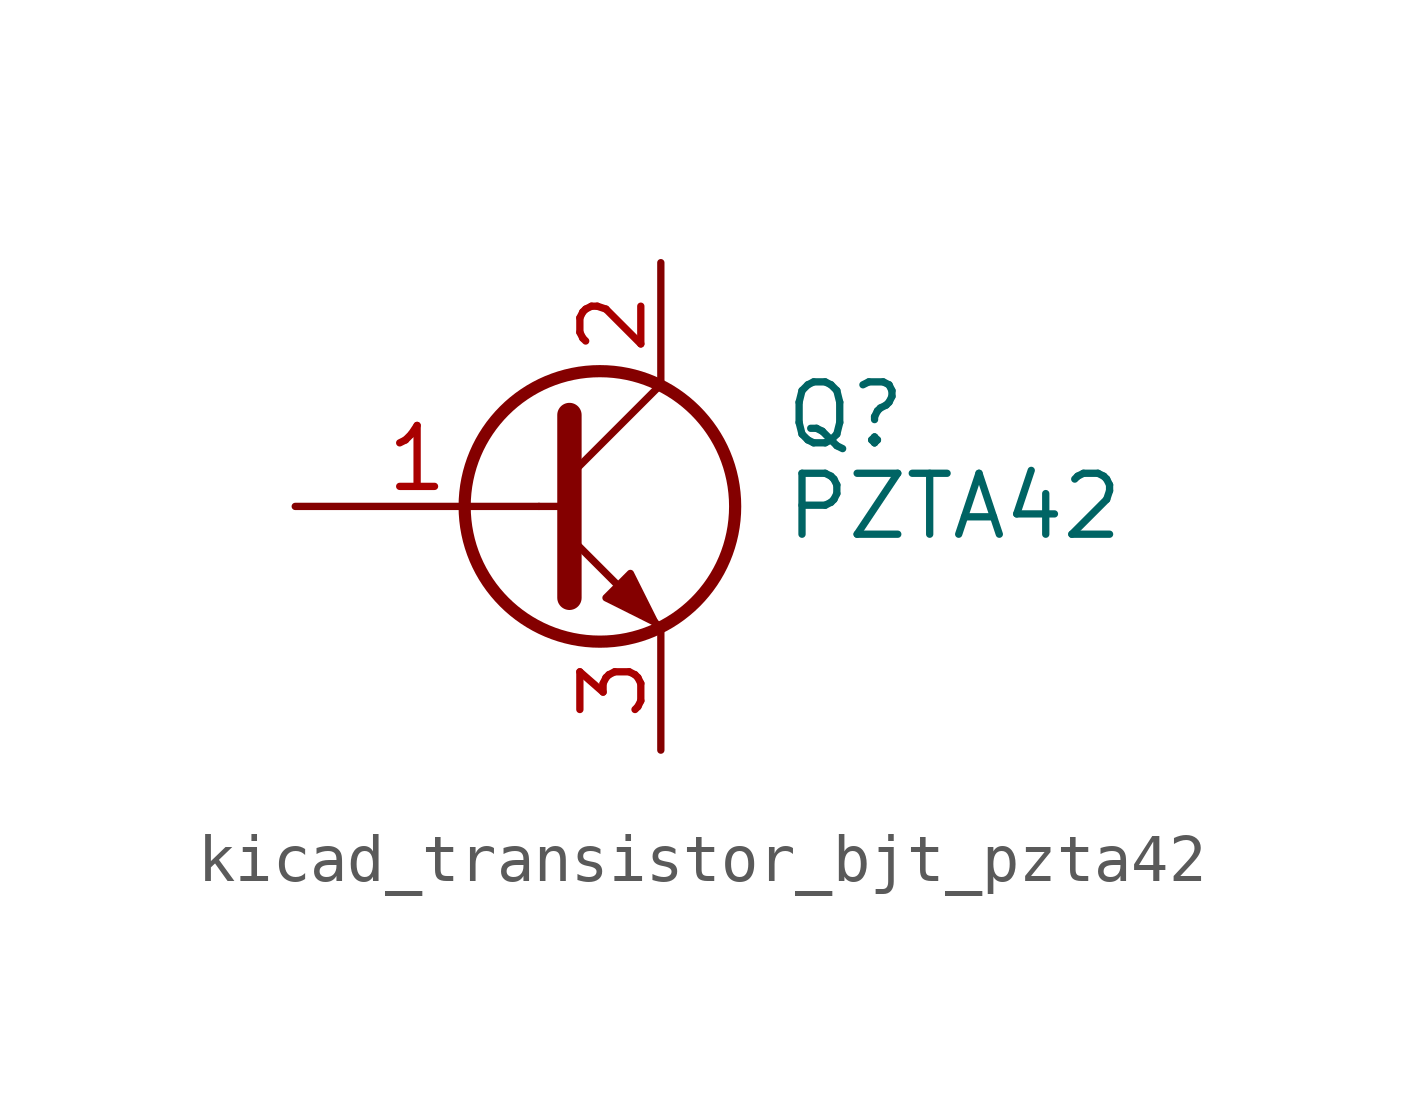
<source format=kicad_sym>
(kicad_symbol_lib
  (version 20220914)
  (generator kicad_symbol_editor)
  (symbol "kicad_transistor_bjt_pzta42"
    (pin_names
      (offset 0) hide)
    (property "Reference" "Q"
      (at 5.08 1.905 0)
      (effects (font (size 1.27 1.27)) (justify left)))
    (property "Value" "PZTA42"
      (at 5.08 0 0)
      (effects (font (size 1.27 1.27)) (justify left)))
    (symbol "kicad_transistor_bjt_pzta42_0_1"
      (polyline (pts (xy 0 0) (xy 0.635 0)) (stroke (width 0) (type default)) (fill (type none)))
      (polyline (pts (xy 2.54 -2.54) (xy 0.635 -0.635)) (stroke (width 0) (type default)) (fill (type none)))
      (polyline (pts (xy 2.54 2.54) (xy 0.635 0.635)) (stroke (width 0) (type default)) (fill (type none)))
      (polyline (pts (xy 0.635 1.905) (xy 0.635 -1.905) (xy 0.635 -1.905)) (stroke (width 0.508) (type default)) (fill (type none)))
      (polyline (pts (xy 2.286 -2.286) (xy 1.778 -1.778) (xy 1.778 -1.778)) (stroke (width 0) (type default)) (fill (type none)))
      (polyline (pts (xy 1.397 -1.905) (xy 1.905 -1.397) (xy 2.413 -2.413) (xy 1.397 -1.905) (xy 1.397 -1.905)) (stroke (width 0) (type default)) (fill (type outline)))
      (circle (center 1.27 0) (radius 2.819) (stroke (width 0.254) (type default)) (fill (type none))))
    (symbol "kicad_transistor_bjt_pzta42_1_1"
      (pin input line (at -5.08 0 0) (length 5.08) (name "B" (effects (font (size 1.27 1.27)))) (number "1" (effects (font (size 1.27 1.27)))))
      (pin passive line (at 2.54 5.08 270) (length 2.54) (name "C" (effects (font (size 1.27 1.27)))) (number "2" (effects (font (size 1.27 1.27)))))
      (pin passive line (at 2.54 -5.08 90) (length 2.54) (name "E" (effects (font (size 1.27 1.27)))) (number "3" (effects (font (size 1.27 1.27))))))))
</source>
